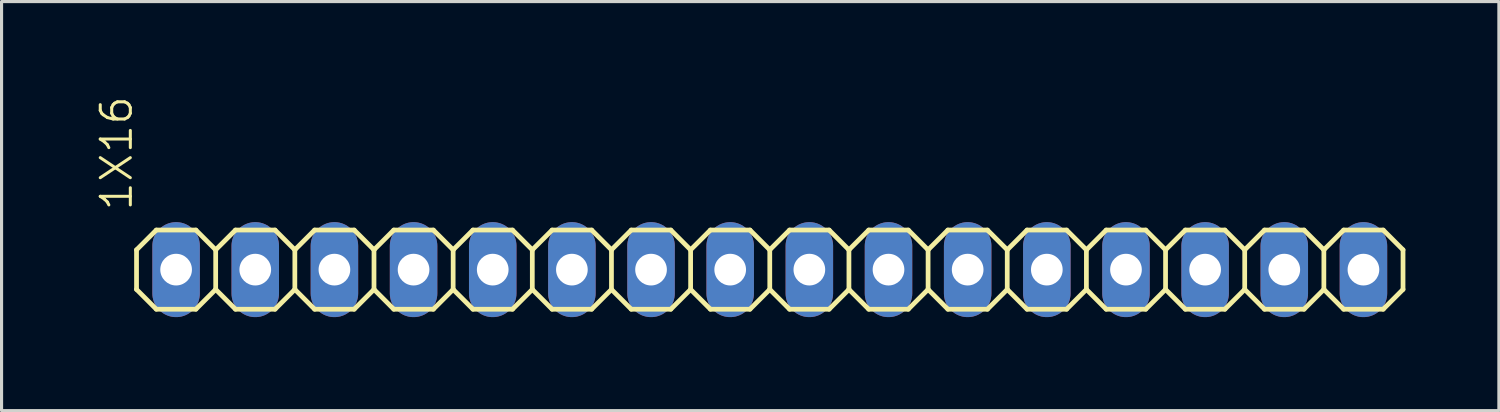
<source format=kicad_pcb>
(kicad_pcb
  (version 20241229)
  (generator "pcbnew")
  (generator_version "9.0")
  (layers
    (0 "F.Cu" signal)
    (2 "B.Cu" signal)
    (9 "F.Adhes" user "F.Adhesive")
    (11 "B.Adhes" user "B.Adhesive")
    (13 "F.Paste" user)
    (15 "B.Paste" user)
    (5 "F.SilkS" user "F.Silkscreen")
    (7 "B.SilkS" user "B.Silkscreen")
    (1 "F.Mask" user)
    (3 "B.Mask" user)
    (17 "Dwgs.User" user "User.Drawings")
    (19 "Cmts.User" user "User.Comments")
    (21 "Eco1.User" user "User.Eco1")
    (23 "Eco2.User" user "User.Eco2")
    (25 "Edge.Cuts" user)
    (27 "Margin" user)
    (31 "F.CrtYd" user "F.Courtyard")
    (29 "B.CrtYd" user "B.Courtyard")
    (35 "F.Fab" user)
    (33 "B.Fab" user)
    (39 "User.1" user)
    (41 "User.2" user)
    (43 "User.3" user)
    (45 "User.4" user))
  (footprint "1X16"
    (layer "F.Cu")
    (at 21.651 5.602)
    (property "Reference" "1X16" (at -20.396 -1.829 90) (layer "F.SilkS") (effects (font (size 0.965 0.965) (thickness 0.097)) (justify left bottom)))
    (attr through_hole)
    (fp_line (start -20.32 -0.635) (end -20.32 0.635) (stroke (width 0.152) (type solid)) (layer "F.SilkS"))
    (fp_line (start -20.32 0.635) (end -19.685 1.27) (stroke (width 0.152) (type solid)) (layer "F.SilkS"))
    (fp_line (start -19.685 -1.27) (end -20.32 -0.635) (stroke (width 0.152) (type solid)) (layer "F.SilkS"))
    (fp_line (start -19.685 -1.27) (end -18.415 -1.27) (stroke (width 0.152) (type solid)) (layer "F.SilkS"))
    (fp_line (start -18.415 -1.27) (end -17.78 -0.635) (stroke (width 0.152) (type solid)) (layer "F.SilkS"))
    (fp_line (start -18.415 1.27) (end -19.685 1.27) (stroke (width 0.152) (type solid)) (layer "F.SilkS"))
    (fp_line (start -17.78 -0.635) (end -17.78 0.635) (stroke (width 0.152) (type solid)) (layer "F.SilkS"))
    (fp_line (start -17.78 -0.635) (end -17.145 -1.27) (stroke (width 0.152) (type solid)) (layer "F.SilkS"))
    (fp_line (start -17.78 0.635) (end -18.415 1.27) (stroke (width 0.152) (type solid)) (layer "F.SilkS"))
    (fp_line (start -17.145 -1.27) (end -15.875 -1.27) (stroke (width 0.152) (type solid)) (layer "F.SilkS"))
    (fp_line (start -17.145 1.27) (end -17.78 0.635) (stroke (width 0.152) (type solid)) (layer "F.SilkS"))
    (fp_line (start -15.875 -1.27) (end -15.24 -0.635) (stroke (width 0.152) (type solid)) (layer "F.SilkS"))
    (fp_line (start -15.875 1.27) (end -17.145 1.27) (stroke (width 0.152) (type solid)) (layer "F.SilkS"))
    (fp_line (start -15.24 -0.635) (end -15.24 0.635) (stroke (width 0.152) (type solid)) (layer "F.SilkS"))
    (fp_line (start -15.24 -0.635) (end -14.605 -1.27) (stroke (width 0.152) (type solid)) (layer "F.SilkS"))
    (fp_line (start -15.24 0.635) (end -15.875 1.27) (stroke (width 0.152) (type solid)) (layer "F.SilkS"))
    (fp_line (start -14.605 -1.27) (end -13.335 -1.27) (stroke (width 0.152) (type solid)) (layer "F.SilkS"))
    (fp_line (start -14.605 1.27) (end -15.24 0.635) (stroke (width 0.152) (type solid)) (layer "F.SilkS"))
    (fp_line (start -13.335 -1.27) (end -12.7 -0.635) (stroke (width 0.152) (type solid)) (layer "F.SilkS"))
    (fp_line (start -13.335 1.27) (end -14.605 1.27) (stroke (width 0.152) (type solid)) (layer "F.SilkS"))
    (fp_line (start -12.7 -0.635) (end -12.7 0.635) (stroke (width 0.152) (type solid)) (layer "F.SilkS"))
    (fp_line (start -12.7 0.635) (end -13.335 1.27) (stroke (width 0.152) (type solid)) (layer "F.SilkS"))
    (fp_line (start -12.7 0.635) (end -12.065 1.27) (stroke (width 0.152) (type solid)) (layer "F.SilkS"))
    (fp_line (start -12.065 -1.27) (end -12.7 -0.635) (stroke (width 0.152) (type solid)) (layer "F.SilkS"))
    (fp_line (start -12.065 -1.27) (end -10.795 -1.27) (stroke (width 0.152) (type solid)) (layer "F.SilkS"))
    (fp_line (start -10.795 -1.27) (end -10.16 -0.635) (stroke (width 0.152) (type solid)) (layer "F.SilkS"))
    (fp_line (start -10.795 1.27) (end -12.065 1.27) (stroke (width 0.152) (type solid)) (layer "F.SilkS"))
    (fp_line (start -10.16 -0.635) (end -10.16 0.635) (stroke (width 0.152) (type solid)) (layer "F.SilkS"))
    (fp_line (start -10.16 -0.635) (end -9.525 -1.27) (stroke (width 0.152) (type solid)) (layer "F.SilkS"))
    (fp_line (start -10.16 0.635) (end -10.795 1.27) (stroke (width 0.152) (type solid)) (layer "F.SilkS"))
    (fp_line (start -9.525 -1.27) (end -8.255 -1.27) (stroke (width 0.152) (type solid)) (layer "F.SilkS"))
    (fp_line (start -9.525 1.27) (end -10.16 0.635) (stroke (width 0.152) (type solid)) (layer "F.SilkS"))
    (fp_line (start -8.255 -1.27) (end -7.62 -0.635) (stroke (width 0.152) (type solid)) (layer "F.SilkS"))
    (fp_line (start -8.255 1.27) (end -9.525 1.27) (stroke (width 0.152) (type solid)) (layer "F.SilkS"))
    (fp_line (start -7.62 -0.635) (end -7.62 0.635) (stroke (width 0.152) (type solid)) (layer "F.SilkS"))
    (fp_line (start -7.62 -0.635) (end -6.985 -1.27) (stroke (width 0.152) (type solid)) (layer "F.SilkS"))
    (fp_line (start -7.62 0.635) (end -8.255 1.27) (stroke (width 0.152) (type solid)) (layer "F.SilkS"))
    (fp_line (start -6.985 -1.27) (end -5.715 -1.27) (stroke (width 0.152) (type solid)) (layer "F.SilkS"))
    (fp_line (start -6.985 1.27) (end -7.62 0.635) (stroke (width 0.152) (type solid)) (layer "F.SilkS"))
    (fp_line (start -5.715 -1.27) (end -5.08 -0.635) (stroke (width 0.152) (type solid)) (layer "F.SilkS"))
    (fp_line (start -5.715 1.27) (end -6.985 1.27) (stroke (width 0.152) (type solid)) (layer "F.SilkS"))
    (fp_line (start -5.08 -0.635) (end -5.08 0.635) (stroke (width 0.152) (type solid)) (layer "F.SilkS"))
    (fp_line (start -5.08 0.635) (end -5.715 1.27) (stroke (width 0.152) (type solid)) (layer "F.SilkS"))
    (fp_line (start -5.08 0.635) (end -4.445 1.27) (stroke (width 0.152) (type solid)) (layer "F.SilkS"))
    (fp_line (start -4.445 -1.27) (end -5.08 -0.635) (stroke (width 0.152) (type solid)) (layer "F.SilkS"))
    (fp_line (start -4.445 -1.27) (end -3.175 -1.27) (stroke (width 0.152) (type solid)) (layer "F.SilkS"))
    (fp_line (start -3.175 -1.27) (end -2.54 -0.635) (stroke (width 0.152) (type solid)) (layer "F.SilkS"))
    (fp_line (start -3.175 1.27) (end -4.445 1.27) (stroke (width 0.152) (type solid)) (layer "F.SilkS"))
    (fp_line (start -2.54 -0.635) (end -2.54 0.635) (stroke (width 0.152) (type solid)) (layer "F.SilkS"))
    (fp_line (start -2.54 -0.635) (end -1.905 -1.27) (stroke (width 0.152) (type solid)) (layer "F.SilkS"))
    (fp_line (start -2.54 0.635) (end -3.175 1.27) (stroke (width 0.152) (type solid)) (layer "F.SilkS"))
    (fp_line (start -1.905 -1.27) (end -0.635 -1.27) (stroke (width 0.152) (type solid)) (layer "F.SilkS"))
    (fp_line (start -1.905 1.27) (end -2.54 0.635) (stroke (width 0.152) (type solid)) (layer "F.SilkS"))
    (fp_line (start -0.635 -1.27) (end 0 -0.635) (stroke (width 0.152) (type solid)) (layer "F.SilkS"))
    (fp_line (start -0.635 1.27) (end -1.905 1.27) (stroke (width 0.152) (type solid)) (layer "F.SilkS"))
    (fp_line (start 0 -0.635) (end 0 0.635) (stroke (width 0.152) (type solid)) (layer "F.SilkS"))
    (fp_line (start 0 -0.635) (end 0.635 -1.27) (stroke (width 0.152) (type solid)) (layer "F.SilkS"))
    (fp_line (start 0 0.635) (end -0.635 1.27) (stroke (width 0.152) (type solid)) (layer "F.SilkS"))
    (fp_line (start 0.635 -1.27) (end 1.905 -1.27) (stroke (width 0.152) (type solid)) (layer "F.SilkS"))
    (fp_line (start 0.635 1.27) (end 0 0.635) (stroke (width 0.152) (type solid)) (layer "F.SilkS"))
    (fp_line (start 1.905 -1.27) (end 2.54 -0.635) (stroke (width 0.152) (type solid)) (layer "F.SilkS"))
    (fp_line (start 1.905 1.27) (end 0.635 1.27) (stroke (width 0.152) (type solid)) (layer "F.SilkS"))
    (fp_line (start 2.54 -0.635) (end 2.54 0.635) (stroke (width 0.152) (type solid)) (layer "F.SilkS"))
    (fp_line (start 2.54 0.635) (end 1.905 1.27) (stroke (width 0.152) (type solid)) (layer "F.SilkS"))
    (fp_line (start 2.54 0.635) (end 3.175 1.27) (stroke (width 0.152) (type solid)) (layer "F.SilkS"))
    (fp_line (start 3.175 -1.27) (end 2.54 -0.635) (stroke (width 0.152) (type solid)) (layer "F.SilkS"))
    (fp_line (start 3.175 -1.27) (end 4.445 -1.27) (stroke (width 0.152) (type solid)) (layer "F.SilkS"))
    (fp_line (start 4.445 -1.27) (end 5.08 -0.635) (stroke (width 0.152) (type solid)) (layer "F.SilkS"))
    (fp_line (start 4.445 1.27) (end 3.175 1.27) (stroke (width 0.152) (type solid)) (layer "F.SilkS"))
    (fp_line (start 5.08 -0.635) (end 5.08 0.635) (stroke (width 0.152) (type solid)) (layer "F.SilkS"))
    (fp_line (start 5.08 -0.635) (end 5.715 -1.27) (stroke (width 0.152) (type solid)) (layer "F.SilkS"))
    (fp_line (start 5.08 0.635) (end 4.445 1.27) (stroke (width 0.152) (type solid)) (layer "F.SilkS"))
    (fp_line (start 5.715 -1.27) (end 6.985 -1.27) (stroke (width 0.152) (type solid)) (layer "F.SilkS"))
    (fp_line (start 5.715 1.27) (end 5.08 0.635) (stroke (width 0.152) (type solid)) (layer "F.SilkS"))
    (fp_line (start 6.985 -1.27) (end 7.62 -0.635) (stroke (width 0.152) (type solid)) (layer "F.SilkS"))
    (fp_line (start 6.985 1.27) (end 5.715 1.27) (stroke (width 0.152) (type solid)) (layer "F.SilkS"))
    (fp_line (start 7.62 -0.635) (end 7.62 0.635) (stroke (width 0.152) (type solid)) (layer "F.SilkS"))
    (fp_line (start 7.62 -0.635) (end 8.255 -1.27) (stroke (width 0.152) (type solid)) (layer "F.SilkS"))
    (fp_line (start 7.62 0.635) (end 6.985 1.27) (stroke (width 0.152) (type solid)) (layer "F.SilkS"))
    (fp_line (start 8.255 -1.27) (end 9.525 -1.27) (stroke (width 0.152) (type solid)) (layer "F.SilkS"))
    (fp_line (start 8.255 1.27) (end 7.62 0.635) (stroke (width 0.152) (type solid)) (layer "F.SilkS"))
    (fp_line (start 9.525 -1.27) (end 10.16 -0.635) (stroke (width 0.152) (type solid)) (layer "F.SilkS"))
    (fp_line (start 9.525 1.27) (end 8.255 1.27) (stroke (width 0.152) (type solid)) (layer "F.SilkS"))
    (fp_line (start 10.16 -0.635) (end 10.16 0.635) (stroke (width 0.152) (type solid)) (layer "F.SilkS"))
    (fp_line (start 10.16 0.635) (end 9.525 1.27) (stroke (width 0.152) (type solid)) (layer "F.SilkS"))
    (fp_line (start 10.16 0.635) (end 10.795 1.27) (stroke (width 0.152) (type solid)) (layer "F.SilkS"))
    (fp_line (start 10.795 -1.27) (end 10.16 -0.635) (stroke (width 0.152) (type solid)) (layer "F.SilkS"))
    (fp_line (start 10.795 -1.27) (end 12.065 -1.27) (stroke (width 0.152) (type solid)) (layer "F.SilkS"))
    (fp_line (start 12.065 -1.27) (end 12.7 -0.635) (stroke (width 0.152) (type solid)) (layer "F.SilkS"))
    (fp_line (start 12.065 1.27) (end 10.795 1.27) (stroke (width 0.152) (type solid)) (layer "F.SilkS"))
    (fp_line (start 12.7 -0.635) (end 12.7 0.635) (stroke (width 0.152) (type solid)) (layer "F.SilkS"))
    (fp_line (start 12.7 -0.635) (end 13.335 -1.27) (stroke (width 0.152) (type solid)) (layer "F.SilkS"))
    (fp_line (start 12.7 0.635) (end 12.065 1.27) (stroke (width 0.152) (type solid)) (layer "F.SilkS"))
    (fp_line (start 13.335 -1.27) (end 14.605 -1.27) (stroke (width 0.152) (type solid)) (layer "F.SilkS"))
    (fp_line (start 13.335 1.27) (end 12.7 0.635) (stroke (width 0.152) (type solid)) (layer "F.SilkS"))
    (fp_line (start 14.605 -1.27) (end 15.24 -0.635) (stroke (width 0.152) (type solid)) (layer "F.SilkS"))
    (fp_line (start 14.605 1.27) (end 13.335 1.27) (stroke (width 0.152) (type solid)) (layer "F.SilkS"))
    (fp_line (start 15.24 -0.635) (end 15.24 0.635) (stroke (width 0.152) (type solid)) (layer "F.SilkS"))
    (fp_line (start 15.24 -0.635) (end 15.875 -1.27) (stroke (width 0.152) (type solid)) (layer "F.SilkS"))
    (fp_line (start 15.24 0.635) (end 14.605 1.27) (stroke (width 0.152) (type solid)) (layer "F.SilkS"))
    (fp_line (start 15.875 -1.27) (end 17.145 -1.27) (stroke (width 0.152) (type solid)) (layer "F.SilkS"))
    (fp_line (start 15.875 1.27) (end 15.24 0.635) (stroke (width 0.152) (type solid)) (layer "F.SilkS"))
    (fp_line (start 17.145 -1.27) (end 17.78 -0.635) (stroke (width 0.152) (type solid)) (layer "F.SilkS"))
    (fp_line (start 17.145 1.27) (end 15.875 1.27) (stroke (width 0.152) (type solid)) (layer "F.SilkS"))
    (fp_line (start 17.78 -0.635) (end 17.78 0.635) (stroke (width 0.152) (type solid)) (layer "F.SilkS"))
    (fp_line (start 17.78 -0.635) (end 18.415 -1.27) (stroke (width 0.152) (type solid)) (layer "F.SilkS"))
    (fp_line (start 17.78 0.635) (end 17.145 1.27) (stroke (width 0.152) (type solid)) (layer "F.SilkS"))
    (fp_line (start 18.415 -1.27) (end 19.685 -1.27) (stroke (width 0.152) (type solid)) (layer "F.SilkS"))
    (fp_line (start 18.415 1.27) (end 17.78 0.635) (stroke (width 0.152) (type solid)) (layer "F.SilkS"))
    (fp_line (start 19.685 -1.27) (end 20.32 -0.635) (stroke (width 0.152) (type solid)) (layer "F.SilkS"))
    (fp_line (start 19.685 1.27) (end 18.415 1.27) (stroke (width 0.152) (type solid)) (layer "F.SilkS"))
    (fp_line (start 20.32 -0.635) (end 20.32 0.635) (stroke (width 0.152) (type solid)) (layer "F.SilkS"))
    (fp_line (start 20.32 0.635) (end 19.685 1.27) (stroke (width 0.152) (type solid)) (layer "F.SilkS"))
    (fp_poly (pts (xy -19.304 0.254) (xy -18.796 0.254) (xy -18.796 -0.254) (xy -19.304 -0.254)) (stroke (width 0.1) (type solid)) (fill no) (layer "F.Fab"))
    (fp_poly (pts (xy -16.764 0.254) (xy -16.256 0.254) (xy -16.256 -0.254) (xy -16.764 -0.254)) (stroke (width 0.1) (type solid)) (fill no) (layer "F.Fab"))
    (fp_poly (pts (xy -14.224 0.254) (xy -13.716 0.254) (xy -13.716 -0.254) (xy -14.224 -0.254)) (stroke (width 0.1) (type solid)) (fill no) (layer "F.Fab"))
    (fp_poly (pts (xy -11.684 0.254) (xy -11.176 0.254) (xy -11.176 -0.254) (xy -11.684 -0.254)) (stroke (width 0.1) (type solid)) (fill no) (layer "F.Fab"))
    (fp_poly (pts (xy -9.144 0.254) (xy -8.636 0.254) (xy -8.636 -0.254) (xy -9.144 -0.254)) (stroke (width 0.1) (type solid)) (fill no) (layer "F.Fab"))
    (fp_poly (pts (xy -6.604 0.254) (xy -6.096 0.254) (xy -6.096 -0.254) (xy -6.604 -0.254)) (stroke (width 0.1) (type solid)) (fill no) (layer "F.Fab"))
    (fp_poly (pts (xy -4.064 0.254) (xy -3.556 0.254) (xy -3.556 -0.254) (xy -4.064 -0.254)) (stroke (width 0.1) (type solid)) (fill no) (layer "F.Fab"))
    (fp_poly (pts (xy -1.524 0.254) (xy -1.016 0.254) (xy -1.016 -0.254) (xy -1.524 -0.254)) (stroke (width 0.1) (type solid)) (fill no) (layer "F.Fab"))
    (fp_poly (pts (xy 1.016 0.254) (xy 1.524 0.254) (xy 1.524 -0.254) (xy 1.016 -0.254)) (stroke (width 0.1) (type solid)) (fill no) (layer "F.Fab"))
    (fp_poly (pts (xy 3.556 0.254) (xy 4.064 0.254) (xy 4.064 -0.254) (xy 3.556 -0.254)) (stroke (width 0.1) (type solid)) (fill no) (layer "F.Fab"))
    (fp_poly (pts (xy 6.096 0.254) (xy 6.604 0.254) (xy 6.604 -0.254) (xy 6.096 -0.254)) (stroke (width 0.1) (type solid)) (fill no) (layer "F.Fab"))
    (fp_poly (pts (xy 8.636 0.254) (xy 9.144 0.254) (xy 9.144 -0.254) (xy 8.636 -0.254)) (stroke (width 0.1) (type solid)) (fill no) (layer "F.Fab"))
    (fp_poly (pts (xy 11.176 0.254) (xy 11.684 0.254) (xy 11.684 -0.254) (xy 11.176 -0.254)) (stroke (width 0.1) (type solid)) (fill no) (layer "F.Fab"))
    (fp_poly (pts (xy 13.716 0.254) (xy 14.224 0.254) (xy 14.224 -0.254) (xy 13.716 -0.254)) (stroke (width 0.1) (type solid)) (fill no) (layer "F.Fab"))
    (fp_poly (pts (xy 16.256 0.254) (xy 16.764 0.254) (xy 16.764 -0.254) (xy 16.256 -0.254)) (stroke (width 0.1) (type solid)) (fill no) (layer "F.Fab"))
    (fp_poly (pts (xy 18.796 0.254) (xy 19.304 0.254) (xy 19.304 -0.254) (xy 18.796 -0.254)) (stroke (width 0.1) (type solid)) (fill no) (layer "F.Fab"))
    (pad "1" thru_hole oval (at -19.05 0 90) (size 3.048 1.524) (drill 1.016) (layers "*.Cu" "*.Mask"))
    (pad "2" thru_hole oval (at -16.51 0 90) (size 3.048 1.524) (drill 1.016) (layers "*.Cu" "*.Mask"))
    (pad "3" thru_hole oval (at -13.97 0 90) (size 3.048 1.524) (drill 1.016) (layers "*.Cu" "*.Mask"))
    (pad "4" thru_hole oval (at -11.43 0 90) (size 3.048 1.524) (drill 1.016) (layers "*.Cu" "*.Mask"))
    (pad "5" thru_hole oval (at -8.89 0 90) (size 3.048 1.524) (drill 1.016) (layers "*.Cu" "*.Mask"))
    (pad "6" thru_hole oval (at -6.35 0 90) (size 3.048 1.524) (drill 1.016) (layers "*.Cu" "*.Mask"))
    (pad "7" thru_hole oval (at -3.81 0 90) (size 3.048 1.524) (drill 1.016) (layers "*.Cu" "*.Mask"))
    (pad "8" thru_hole oval (at -1.27 0 90) (size 3.048 1.524) (drill 1.016) (layers "*.Cu" "*.Mask"))
    (pad "9" thru_hole oval (at 1.27 0 90) (size 3.048 1.524) (drill 1.016) (layers "*.Cu" "*.Mask"))
    (pad "10" thru_hole oval (at 3.81 0 90) (size 3.048 1.524) (drill 1.016) (layers "*.Cu" "*.Mask"))
    (pad "11" thru_hole oval (at 6.35 0 90) (size 3.048 1.524) (drill 1.016) (layers "*.Cu" "*.Mask"))
    (pad "12" thru_hole oval (at 8.89 0 90) (size 3.048 1.524) (drill 1.016) (layers "*.Cu" "*.Mask"))
    (pad "13" thru_hole oval (at 11.43 0 90) (size 3.048 1.524) (drill 1.016) (layers "*.Cu" "*.Mask"))
    (pad "14" thru_hole oval (at 13.97 0 90) (size 3.048 1.524) (drill 1.016) (layers "*.Cu" "*.Mask"))
    (pad "15" thru_hole oval (at 16.51 0 90) (size 3.048 1.524) (drill 1.016) (layers "*.Cu" "*.Mask"))
    (pad "16" thru_hole oval (at 19.05 0 90) (size 3.048 1.524) (drill 1.016) (layers "*.Cu" "*.Mask")))
  (gr_rect
    (start -3 -3)
    (end 45.047 10.126)
    (stroke (width 0.1) (type default))
    (fill no)
    (layer "Edge.Cuts")))
</source>
